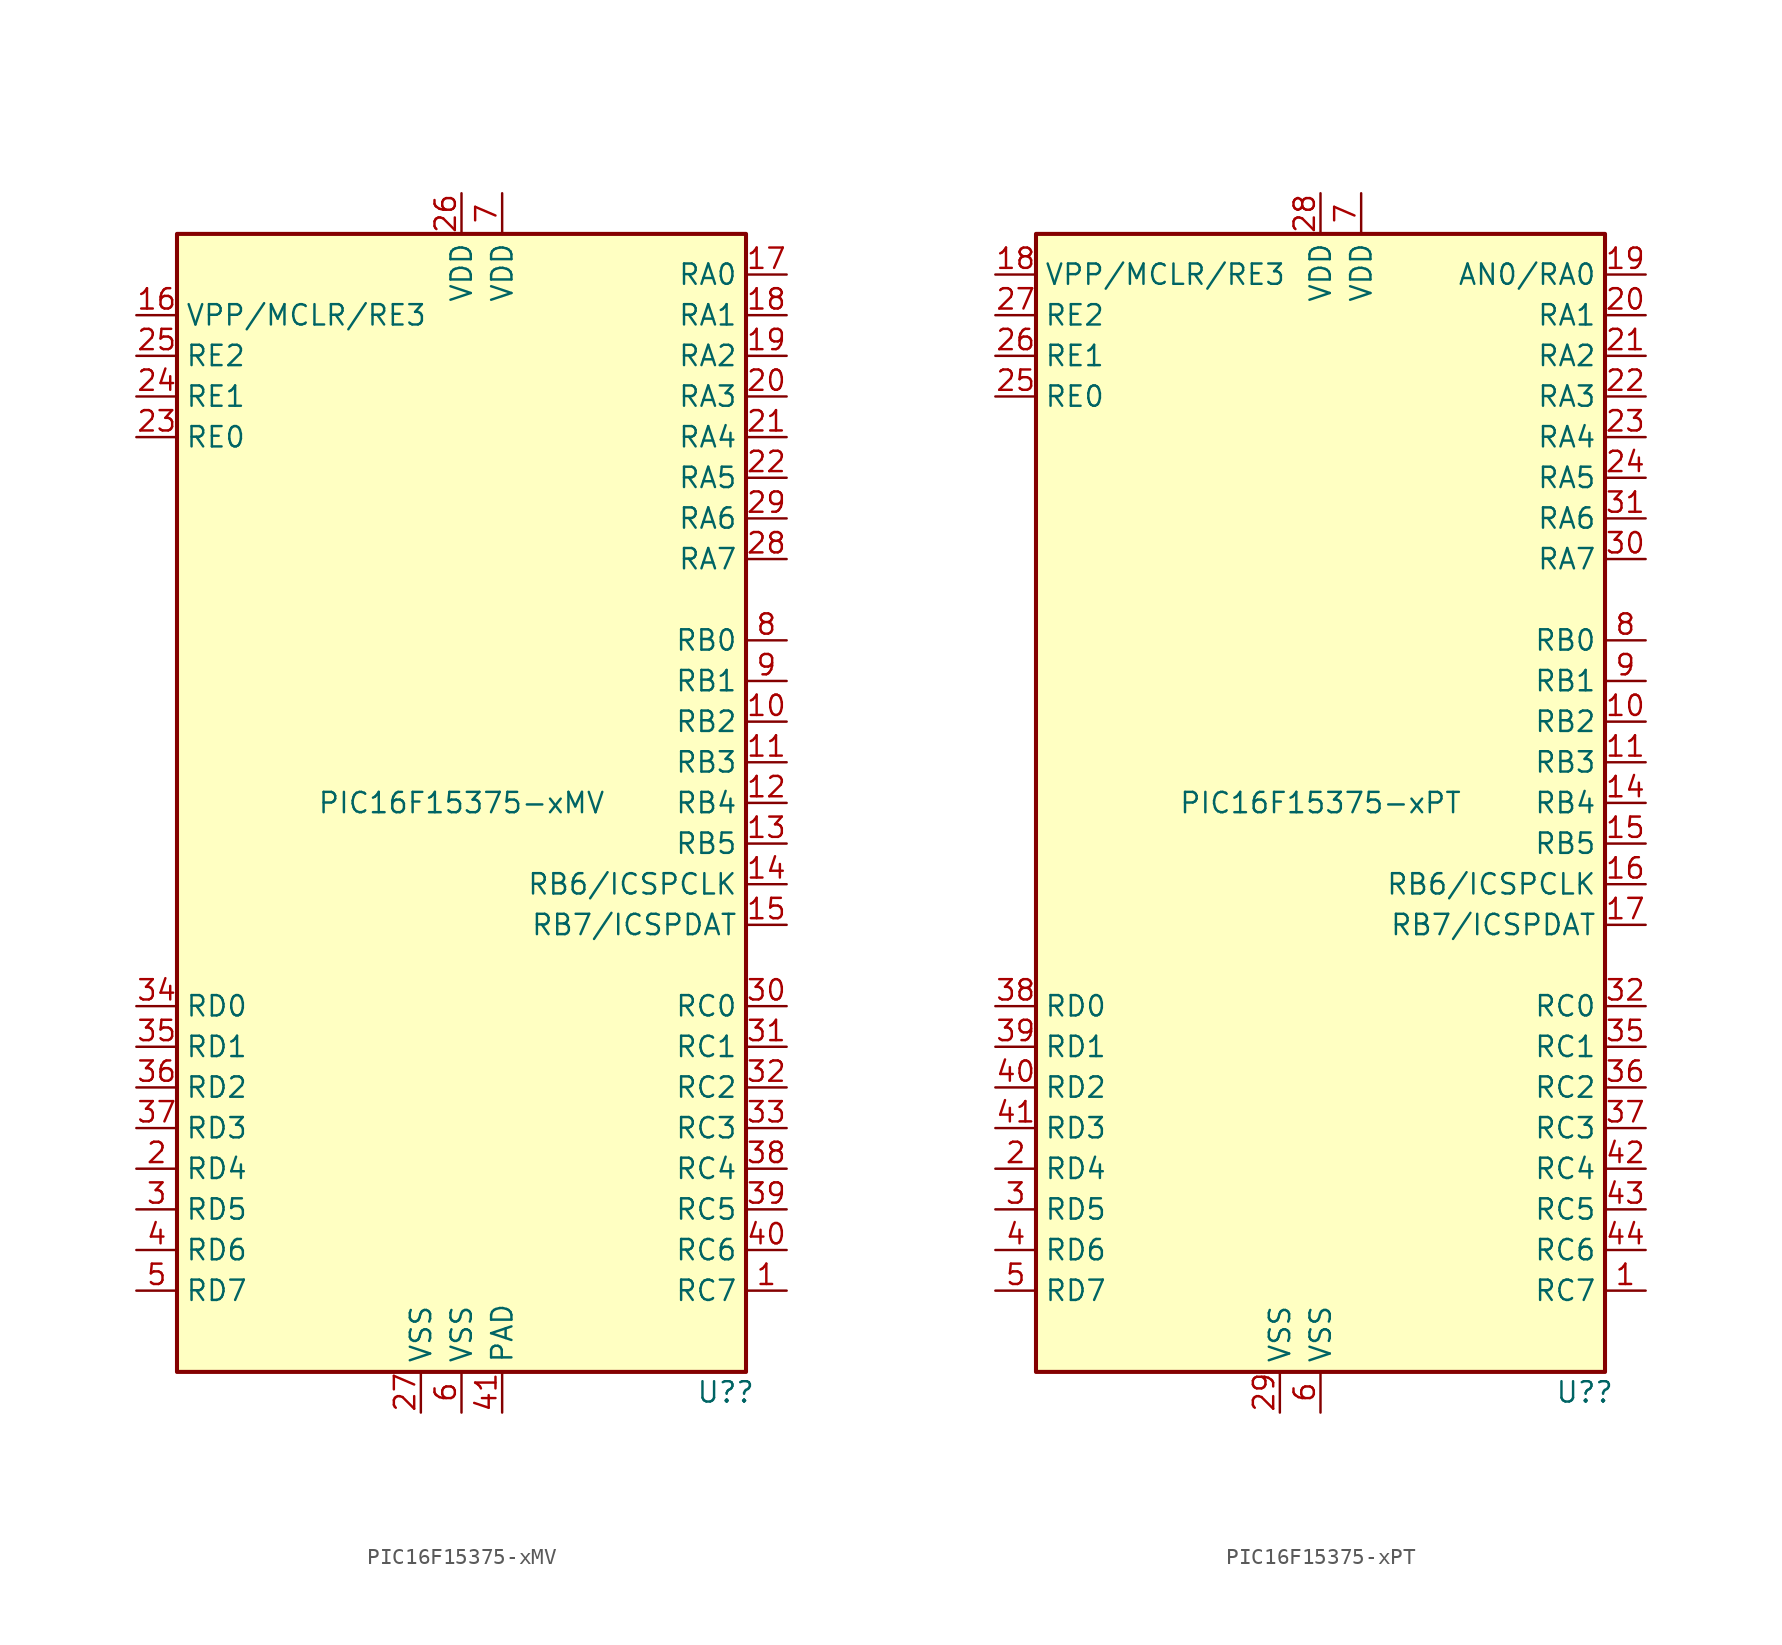
<source format=kicad_sym>
(kicad_symbol_lib
  (version 20211014)
  (generator kicad_symbol_editor)
  (symbol "PIC16F15375-xMV"
    (property "Reference" "U?"
      (at 16.51 -36.83 0)
      (effects (font (size 1.27 1.27))))
    (property "Value" "PIC16F15375-xMV"
      (at 0 0 0)
      (effects (font (size 1.27 1.27))))
    (symbol "PIC16F15375-xMV_0_0"
      (pin power_in line (at 2.54 -38.1 90) (length 2.54) (name "PAD" (effects (font (size 1.27 1.27)))) (number "41" (effects (font (size 1.27 1.27))))))
    (symbol "PIC16F15375-xMV_0_1"
      (rectangle (start -17.78 35.56) (end 17.78 -35.56) (stroke (width 0.254) (type default) (color 0 0 0 0)) (fill (type background))))
    (symbol "PIC16F15375-xMV_1_1"
      (pin bidirectional line (at 20.32 -30.48 180) (length 2.54) (name "RC7" (effects (font (size 1.27 1.27)))) (number "1" (effects (font (size 1.27 1.27)))))
      (pin bidirectional line (at 20.32 5.08 180) (length 2.54) (name "RB2" (effects (font (size 1.27 1.27)))) (number "10" (effects (font (size 1.27 1.27)))))
      (pin bidirectional line (at 20.32 2.54 180) (length 2.54) (name "RB3" (effects (font (size 1.27 1.27)))) (number "11" (effects (font (size 1.27 1.27)))))
      (pin bidirectional line (at 20.32 0 180) (length 2.54) (name "RB4" (effects (font (size 1.27 1.27)))) (number "12" (effects (font (size 1.27 1.27)))))
      (pin bidirectional line (at 20.32 -2.54 180) (length 2.54) (name "RB5" (effects (font (size 1.27 1.27)))) (number "13" (effects (font (size 1.27 1.27)))))
      (pin bidirectional line (at 20.32 -5.08 180) (length 2.54) (name "RB6/ICSPCLK" (effects (font (size 1.27 1.27)))) (number "14" (effects (font (size 1.27 1.27)))))
      (pin bidirectional line (at 20.32 -7.62 180) (length 2.54) (name "RB7/ICSPDAT" (effects (font (size 1.27 1.27)))) (number "15" (effects (font (size 1.27 1.27)))))
      (pin bidirectional line (at -20.32 30.48 0) (length 2.54) (name "VPP/MCLR/RE3" (effects (font (size 1.27 1.27)))) (number "16" (effects (font (size 1.27 1.27)))))
      (pin bidirectional line (at 20.32 33.02 180) (length 2.54) (name "RA0" (effects (font (size 1.27 1.27)))) (number "17" (effects (font (size 1.27 1.27)))))
      (pin bidirectional line (at 20.32 30.48 180) (length 2.54) (name "RA1" (effects (font (size 1.27 1.27)))) (number "18" (effects (font (size 1.27 1.27)))))
      (pin bidirectional line (at 20.32 27.94 180) (length 2.54) (name "RA2" (effects (font (size 1.27 1.27)))) (number "19" (effects (font (size 1.27 1.27)))))
      (pin bidirectional line (at -20.32 -22.86 0) (length 2.54) (name "RD4" (effects (font (size 1.27 1.27)))) (number "2" (effects (font (size 1.27 1.27)))))
      (pin bidirectional line (at 20.32 25.4 180) (length 2.54) (name "RA3" (effects (font (size 1.27 1.27)))) (number "20" (effects (font (size 1.27 1.27)))))
      (pin bidirectional line (at 20.32 22.86 180) (length 2.54) (name "RA4" (effects (font (size 1.27 1.27)))) (number "21" (effects (font (size 1.27 1.27)))))
      (pin bidirectional line (at 20.32 20.32 180) (length 2.54) (name "RA5" (effects (font (size 1.27 1.27)))) (number "22" (effects (font (size 1.27 1.27)))))
      (pin bidirectional line (at -20.32 22.86 0) (length 2.54) (name "RE0" (effects (font (size 1.27 1.27)))) (number "23" (effects (font (size 1.27 1.27)))))
      (pin bidirectional line (at -20.32 25.4 0) (length 2.54) (name "RE1" (effects (font (size 1.27 1.27)))) (number "24" (effects (font (size 1.27 1.27)))))
      (pin bidirectional line (at -20.32 27.94 0) (length 2.54) (name "RE2" (effects (font (size 1.27 1.27)))) (number "25" (effects (font (size 1.27 1.27)))))
      (pin power_in line (at 0 38.1 270) (length 2.54) (name "VDD" (effects (font (size 1.27 1.27)))) (number "26" (effects (font (size 1.27 1.27)))))
      (pin power_in line (at -2.54 -38.1 90) (length 2.54) (name "VSS" (effects (font (size 1.27 1.27)))) (number "27" (effects (font (size 1.27 1.27)))))
      (pin bidirectional line (at 20.32 15.24 180) (length 2.54) (name "RA7" (effects (font (size 1.27 1.27)))) (number "28" (effects (font (size 1.27 1.27)))))
      (pin bidirectional line (at 20.32 17.78 180) (length 2.54) (name "RA6" (effects (font (size 1.27 1.27)))) (number "29" (effects (font (size 1.27 1.27)))))
      (pin bidirectional line (at -20.32 -25.4 0) (length 2.54) (name "RD5" (effects (font (size 1.27 1.27)))) (number "3" (effects (font (size 1.27 1.27)))))
      (pin bidirectional line (at 20.32 -12.7 180) (length 2.54) (name "RC0" (effects (font (size 1.27 1.27)))) (number "30" (effects (font (size 1.27 1.27)))))
      (pin bidirectional line (at 20.32 -15.24 180) (length 2.54) (name "RC1" (effects (font (size 1.27 1.27)))) (number "31" (effects (font (size 1.27 1.27)))))
      (pin bidirectional line (at 20.32 -17.78 180) (length 2.54) (name "RC2" (effects (font (size 1.27 1.27)))) (number "32" (effects (font (size 1.27 1.27)))))
      (pin bidirectional line (at 20.32 -20.32 180) (length 2.54) (name "RC3" (effects (font (size 1.27 1.27)))) (number "33" (effects (font (size 1.27 1.27)))))
      (pin bidirectional line (at -20.32 -12.7 0) (length 2.54) (name "RD0" (effects (font (size 1.27 1.27)))) (number "34" (effects (font (size 1.27 1.27)))))
      (pin bidirectional line (at -20.32 -15.24 0) (length 2.54) (name "RD1" (effects (font (size 1.27 1.27)))) (number "35" (effects (font (size 1.27 1.27)))))
      (pin bidirectional line (at -20.32 -17.78 0) (length 2.54) (name "RD2" (effects (font (size 1.27 1.27)))) (number "36" (effects (font (size 1.27 1.27)))))
      (pin bidirectional line (at -20.32 -20.32 0) (length 2.54) (name "RD3" (effects (font (size 1.27 1.27)))) (number "37" (effects (font (size 1.27 1.27)))))
      (pin bidirectional line (at 20.32 -22.86 180) (length 2.54) (name "RC4" (effects (font (size 1.27 1.27)))) (number "38" (effects (font (size 1.27 1.27)))))
      (pin bidirectional line (at 20.32 -25.4 180) (length 2.54) (name "RC5" (effects (font (size 1.27 1.27)))) (number "39" (effects (font (size 1.27 1.27)))))
      (pin bidirectional line (at -20.32 -27.94 0) (length 2.54) (name "RD6" (effects (font (size 1.27 1.27)))) (number "4" (effects (font (size 1.27 1.27)))))
      (pin bidirectional line (at 20.32 -27.94 180) (length 2.54) (name "RC6" (effects (font (size 1.27 1.27)))) (number "40" (effects (font (size 1.27 1.27)))))
      (pin bidirectional line (at -20.32 -30.48 0) (length 2.54) (name "RD7" (effects (font (size 1.27 1.27)))) (number "5" (effects (font (size 1.27 1.27)))))
      (pin power_in line (at 0 -38.1 90) (length 2.54) (name "VSS" (effects (font (size 1.27 1.27)))) (number "6" (effects (font (size 1.27 1.27)))))
      (pin power_in line (at 2.54 38.1 270) (length 2.54) (name "VDD" (effects (font (size 1.27 1.27)))) (number "7" (effects (font (size 1.27 1.27)))))
      (pin bidirectional line (at 20.32 10.16 180) (length 2.54) (name "RB0" (effects (font (size 1.27 1.27)))) (number "8" (effects (font (size 1.27 1.27)))))
      (pin bidirectional line (at 20.32 7.62 180) (length 2.54) (name "RB1" (effects (font (size 1.27 1.27)))) (number "9" (effects (font (size 1.27 1.27)))))))
  (symbol "PIC16F15375-xPT"
    (property "Reference" "U?"
      (at 16.51 -36.83 0)
      (effects (font (size 1.27 1.27))))
    (property "Value" "PIC16F15375-xPT"
      (at 0 0 0)
      (effects (font (size 1.27 1.27))))
    (symbol "PIC16F15375-xPT_0_0"
      (pin no_connect line (at -20.32 5.08 0) (length 2.54) hide (name "NC" (effects (font (size 1.27 1.27)))) (number "12" (effects (font (size 1.27 1.27)))))
      (pin no_connect line (at -20.32 0 0) (length 2.54) hide (name "NC" (effects (font (size 1.27 1.27)))) (number "13" (effects (font (size 1.27 1.27)))))
      (pin no_connect line (at -20.32 2.54 0) (length 2.54) hide (name "NC" (effects (font (size 1.27 1.27)))) (number "33" (effects (font (size 1.27 1.27)))))
      (pin no_connect line (at -20.32 7.62 0) (length 2.54) hide (name "NC" (effects (font (size 1.27 1.27)))) (number "34" (effects (font (size 1.27 1.27))))))
    (symbol "PIC16F15375-xPT_0_1"
      (rectangle (start -17.78 35.56) (end 17.78 -35.56) (stroke (width 0.254) (type default) (color 0 0 0 0)) (fill (type background))))
    (symbol "PIC16F15375-xPT_1_1"
      (pin bidirectional line (at 20.32 -30.48 180) (length 2.54) (name "RC7" (effects (font (size 1.27 1.27)))) (number "1" (effects (font (size 1.27 1.27)))))
      (pin bidirectional line (at 20.32 5.08 180) (length 2.54) (name "RB2" (effects (font (size 1.27 1.27)))) (number "10" (effects (font (size 1.27 1.27)))))
      (pin bidirectional line (at 20.32 2.54 180) (length 2.54) (name "RB3" (effects (font (size 1.27 1.27)))) (number "11" (effects (font (size 1.27 1.27)))))
      (pin bidirectional line (at 20.32 0 180) (length 2.54) (name "RB4" (effects (font (size 1.27 1.27)))) (number "14" (effects (font (size 1.27 1.27)))))
      (pin bidirectional line (at 20.32 -2.54 180) (length 2.54) (name "RB5" (effects (font (size 1.27 1.27)))) (number "15" (effects (font (size 1.27 1.27)))))
      (pin bidirectional line (at 20.32 -5.08 180) (length 2.54) (name "RB6/ICSPCLK" (effects (font (size 1.27 1.27)))) (number "16" (effects (font (size 1.27 1.27)))))
      (pin bidirectional line (at 20.32 -7.62 180) (length 2.54) (name "RB7/ICSPDAT" (effects (font (size 1.27 1.27)))) (number "17" (effects (font (size 1.27 1.27)))))
      (pin bidirectional line (at -20.32 33.02 0) (length 2.54) (name "VPP/MCLR/RE3" (effects (font (size 1.27 1.27)))) (number "18" (effects (font (size 1.27 1.27)))))
      (pin bidirectional line (at 20.32 33.02 180) (length 2.54) (name "AN0/RA0" (effects (font (size 1.27 1.27)))) (number "19" (effects (font (size 1.27 1.27)))))
      (pin bidirectional line (at -20.32 -22.86 0) (length 2.54) (name "RD4" (effects (font (size 1.27 1.27)))) (number "2" (effects (font (size 1.27 1.27)))))
      (pin bidirectional line (at 20.32 30.48 180) (length 2.54) (name "RA1" (effects (font (size 1.27 1.27)))) (number "20" (effects (font (size 1.27 1.27)))))
      (pin bidirectional line (at 20.32 27.94 180) (length 2.54) (name "RA2" (effects (font (size 1.27 1.27)))) (number "21" (effects (font (size 1.27 1.27)))))
      (pin bidirectional line (at 20.32 25.4 180) (length 2.54) (name "RA3" (effects (font (size 1.27 1.27)))) (number "22" (effects (font (size 1.27 1.27)))))
      (pin bidirectional line (at 20.32 22.86 180) (length 2.54) (name "RA4" (effects (font (size 1.27 1.27)))) (number "23" (effects (font (size 1.27 1.27)))))
      (pin bidirectional line (at 20.32 20.32 180) (length 2.54) (name "RA5" (effects (font (size 1.27 1.27)))) (number "24" (effects (font (size 1.27 1.27)))))
      (pin bidirectional line (at -20.32 25.4 0) (length 2.54) (name "RE0" (effects (font (size 1.27 1.27)))) (number "25" (effects (font (size 1.27 1.27)))))
      (pin bidirectional line (at -20.32 27.94 0) (length 2.54) (name "RE1" (effects (font (size 1.27 1.27)))) (number "26" (effects (font (size 1.27 1.27)))))
      (pin bidirectional line (at -20.32 30.48 0) (length 2.54) (name "RE2" (effects (font (size 1.27 1.27)))) (number "27" (effects (font (size 1.27 1.27)))))
      (pin power_in line (at 0 38.1 270) (length 2.54) (name "VDD" (effects (font (size 1.27 1.27)))) (number "28" (effects (font (size 1.27 1.27)))))
      (pin power_in line (at -2.54 -38.1 90) (length 2.54) (name "VSS" (effects (font (size 1.27 1.27)))) (number "29" (effects (font (size 1.27 1.27)))))
      (pin bidirectional line (at -20.32 -25.4 0) (length 2.54) (name "RD5" (effects (font (size 1.27 1.27)))) (number "3" (effects (font (size 1.27 1.27)))))
      (pin bidirectional line (at 20.32 15.24 180) (length 2.54) (name "RA7" (effects (font (size 1.27 1.27)))) (number "30" (effects (font (size 1.27 1.27)))))
      (pin bidirectional line (at 20.32 17.78 180) (length 2.54) (name "RA6" (effects (font (size 1.27 1.27)))) (number "31" (effects (font (size 1.27 1.27)))))
      (pin bidirectional line (at 20.32 -12.7 180) (length 2.54) (name "RC0" (effects (font (size 1.27 1.27)))) (number "32" (effects (font (size 1.27 1.27)))))
      (pin bidirectional line (at 20.32 -15.24 180) (length 2.54) (name "RC1" (effects (font (size 1.27 1.27)))) (number "35" (effects (font (size 1.27 1.27)))))
      (pin bidirectional line (at 20.32 -17.78 180) (length 2.54) (name "RC2" (effects (font (size 1.27 1.27)))) (number "36" (effects (font (size 1.27 1.27)))))
      (pin bidirectional line (at 20.32 -20.32 180) (length 2.54) (name "RC3" (effects (font (size 1.27 1.27)))) (number "37" (effects (font (size 1.27 1.27)))))
      (pin bidirectional line (at -20.32 -12.7 0) (length 2.54) (name "RD0" (effects (font (size 1.27 1.27)))) (number "38" (effects (font (size 1.27 1.27)))))
      (pin bidirectional line (at -20.32 -15.24 0) (length 2.54) (name "RD1" (effects (font (size 1.27 1.27)))) (number "39" (effects (font (size 1.27 1.27)))))
      (pin bidirectional line (at -20.32 -27.94 0) (length 2.54) (name "RD6" (effects (font (size 1.27 1.27)))) (number "4" (effects (font (size 1.27 1.27)))))
      (pin bidirectional line (at -20.32 -17.78 0) (length 2.54) (name "RD2" (effects (font (size 1.27 1.27)))) (number "40" (effects (font (size 1.27 1.27)))))
      (pin bidirectional line (at -20.32 -20.32 0) (length 2.54) (name "RD3" (effects (font (size 1.27 1.27)))) (number "41" (effects (font (size 1.27 1.27)))))
      (pin bidirectional line (at 20.32 -22.86 180) (length 2.54) (name "RC4" (effects (font (size 1.27 1.27)))) (number "42" (effects (font (size 1.27 1.27)))))
      (pin bidirectional line (at 20.32 -25.4 180) (length 2.54) (name "RC5" (effects (font (size 1.27 1.27)))) (number "43" (effects (font (size 1.27 1.27)))))
      (pin bidirectional line (at 20.32 -27.94 180) (length 2.54) (name "RC6" (effects (font (size 1.27 1.27)))) (number "44" (effects (font (size 1.27 1.27)))))
      (pin bidirectional line (at -20.32 -30.48 0) (length 2.54) (name "RD7" (effects (font (size 1.27 1.27)))) (number "5" (effects (font (size 1.27 1.27)))))
      (pin power_in line (at 0 -38.1 90) (length 2.54) (name "VSS" (effects (font (size 1.27 1.27)))) (number "6" (effects (font (size 1.27 1.27)))))
      (pin power_in line (at 2.54 38.1 270) (length 2.54) (name "VDD" (effects (font (size 1.27 1.27)))) (number "7" (effects (font (size 1.27 1.27)))))
      (pin bidirectional line (at 20.32 10.16 180) (length 2.54) (name "RB0" (effects (font (size 1.27 1.27)))) (number "8" (effects (font (size 1.27 1.27)))))
      (pin bidirectional line (at 20.32 7.62 180) (length 2.54) (name "RB1" (effects (font (size 1.27 1.27)))) (number "9" (effects (font (size 1.27 1.27))))))))
</source>
